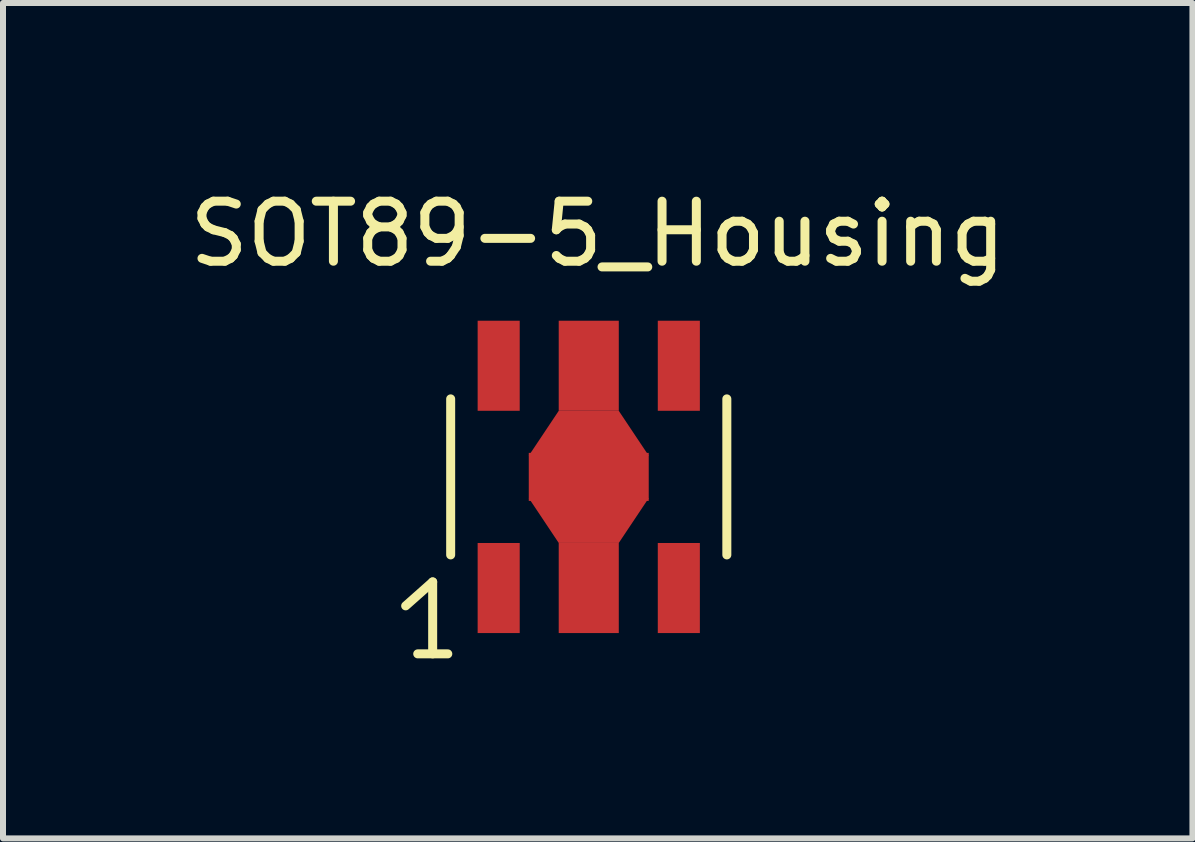
<source format=kicad_pcb>
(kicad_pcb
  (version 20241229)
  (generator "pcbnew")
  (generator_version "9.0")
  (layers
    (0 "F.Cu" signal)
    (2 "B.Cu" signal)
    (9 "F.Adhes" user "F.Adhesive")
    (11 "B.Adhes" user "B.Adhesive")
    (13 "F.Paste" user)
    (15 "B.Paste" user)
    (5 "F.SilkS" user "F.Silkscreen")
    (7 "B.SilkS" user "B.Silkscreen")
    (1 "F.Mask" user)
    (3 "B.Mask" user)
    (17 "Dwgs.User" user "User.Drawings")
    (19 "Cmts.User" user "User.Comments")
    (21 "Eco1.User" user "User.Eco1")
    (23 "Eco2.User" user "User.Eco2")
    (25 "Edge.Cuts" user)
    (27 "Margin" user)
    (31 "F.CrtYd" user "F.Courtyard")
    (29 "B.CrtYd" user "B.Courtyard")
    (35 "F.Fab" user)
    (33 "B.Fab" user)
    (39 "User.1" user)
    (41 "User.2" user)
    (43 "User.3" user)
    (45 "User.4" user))
  (footprint "SOT89-5_Housing"
    (layer "F.Cu")
    (at 6.761 4.897)
    (property "Reference" "SOT89-5_Housing" (at 0.15 -4.049 0) (layer "F.SilkS") (effects (font (size 1 1) (thickness 0.15))))
    (attr smd)
    (fp_line (start -3.051 2.149) (end -2.601 1.75) (stroke (width 0.15) (type solid)) (layer "F.SilkS"))
    (fp_line (start -2.85 2.949) (end -2.349 2.949) (stroke (width 0.15) (type solid)) (layer "F.SilkS"))
    (fp_line (start -2.601 1.75) (end -2.601 2.949) (stroke (width 0.15) (type solid)) (layer "F.SilkS"))
    (fp_line (start -2.301 1.3) (end -2.301 -1.3) (stroke (width 0.15) (type solid)) (layer "F.SilkS"))
    (fp_line (start 2.301 -1.3) (end 2.301 1.3) (stroke (width 0.15) (type solid)) (layer "F.SilkS"))
    (pad "1" smd rect (at -1.501 1.852) (size 0.701 1.501) (layers "F.Cu" "F.Mask" "F.Paste"))
    (pad "2" smd rect (at 0 -1.852) (size 1.001 1.501) (layers "F.Cu" "F.Mask" "F.Paste"))
    (pad "2" smd trapezoid (at 0 -0.726) (size 1.501 0.749) (rect_delta 0 0.5) (layers "F.Cu" "F.Mask" "F.Paste"))
    (pad "2" smd rect (at 0 0) (size 1.999 0.8) (layers "F.Cu" "F.Mask" "F.Paste"))
    (pad "2" smd trapezoid (at 0 0.726 180) (size 1.501 0.749) (rect_delta 0 0.5) (layers "F.Cu" "F.Mask" "F.Paste"))
    (pad "2" smd rect (at 0 1.852) (size 1.001 1.501) (layers "F.Cu" "F.Mask" "F.Paste"))
    (pad "3" smd rect (at 1.501 1.852) (size 0.701 1.501) (layers "F.Cu" "F.Mask" "F.Paste"))
    (pad "4" smd rect (at 1.501 -1.852) (size 0.701 1.501) (layers "F.Cu" "F.Mask" "F.Paste"))
    (pad "5" smd rect (at -1.501 -1.852) (size 0.701 1.501) (layers "F.Cu" "F.Mask" "F.Paste")))
  (gr_rect
    (start -3 -3)
    (end 16.821 10.921)
    (stroke (width 0.1) (type default))
    (fill no)
    (layer "Edge.Cuts")))
</source>
